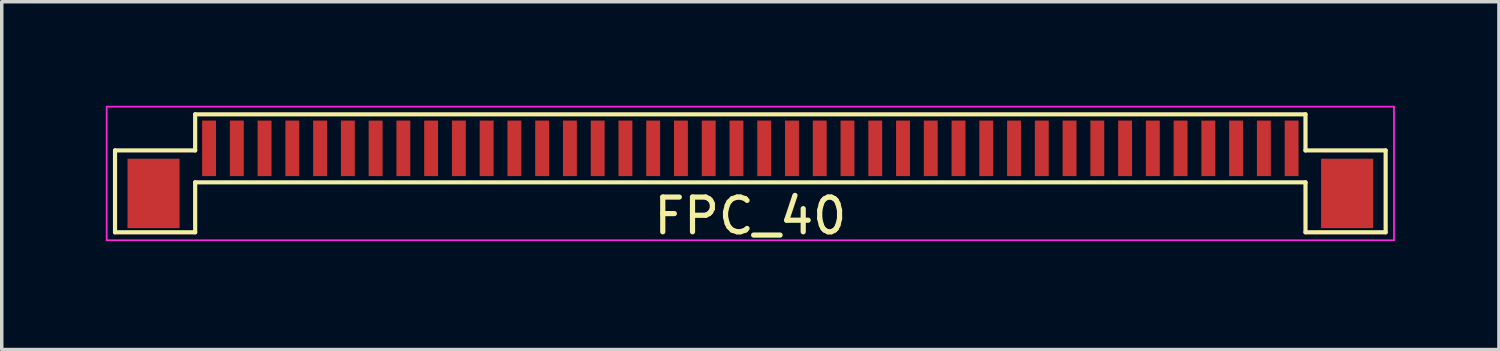
<source format=kicad_pcb>
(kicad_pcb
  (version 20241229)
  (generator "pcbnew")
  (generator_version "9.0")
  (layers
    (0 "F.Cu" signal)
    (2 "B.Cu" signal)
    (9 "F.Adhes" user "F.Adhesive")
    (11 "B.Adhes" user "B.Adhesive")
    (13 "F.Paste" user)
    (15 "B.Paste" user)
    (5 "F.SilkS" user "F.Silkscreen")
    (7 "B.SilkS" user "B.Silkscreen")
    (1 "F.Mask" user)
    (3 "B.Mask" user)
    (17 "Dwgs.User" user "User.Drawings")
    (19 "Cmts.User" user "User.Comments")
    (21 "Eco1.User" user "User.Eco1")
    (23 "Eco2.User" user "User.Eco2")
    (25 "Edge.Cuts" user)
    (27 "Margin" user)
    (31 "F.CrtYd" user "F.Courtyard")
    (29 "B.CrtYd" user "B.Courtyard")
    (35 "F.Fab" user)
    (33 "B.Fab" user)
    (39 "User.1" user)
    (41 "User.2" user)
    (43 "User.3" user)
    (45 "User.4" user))
  (footprint "FPC_40"
    (layer "F.Cu")
    (at 18.575 1.225)
    (property "Reference" "FPC_40" (at 0 1.95 0) (layer "F.SilkS") (effects (font (size 1 1) (thickness 0.15))))
    (attr smd)
    (fp_line (start -18.31 0.06) (end -16 0.06) (stroke (width 0.12) (type solid)) (layer "F.SilkS"))
    (fp_line (start -18.31 2.42) (end -18.31 0.06) (stroke (width 0.12) (type solid)) (layer "F.SilkS"))
    (fp_line (start -16 -0.98) (end 16 -0.98) (stroke (width 0.12) (type solid)) (layer "F.SilkS"))
    (fp_line (start -16 0.06) (end -16 -0.98) (stroke (width 0.12) (type solid)) (layer "F.SilkS"))
    (fp_line (start -16 0.98) (end -16 2.42) (stroke (width 0.12) (type solid)) (layer "F.SilkS"))
    (fp_line (start -16 0.98) (end 16 0.98) (stroke (width 0.12) (type solid)) (layer "F.SilkS"))
    (fp_line (start -16 2.42) (end -18.31 2.42) (stroke (width 0.12) (type solid)) (layer "F.SilkS"))
    (fp_line (start 16 0.06) (end 16 -0.98) (stroke (width 0.12) (type solid)) (layer "F.SilkS"))
    (fp_line (start 16 0.98) (end 16 2.42) (stroke (width 0.12) (type solid)) (layer "F.SilkS"))
    (fp_line (start 16 2.42) (end 18.31 2.42) (stroke (width 0.12) (type solid)) (layer "F.SilkS"))
    (fp_line (start 18.31 0.06) (end 16 0.06) (stroke (width 0.12) (type solid)) (layer "F.SilkS"))
    (fp_line (start 18.31 2.42) (end 18.31 0.06) (stroke (width 0.12) (type solid)) (layer "F.SilkS"))
    (fp_line (start -18.55 -1.2) (end -18.55 2.65) (stroke (width 0.05) (type solid)) (layer "F.CrtYd"))
    (fp_line (start -18.55 -1.2) (end 18.55 -1.2) (stroke (width 0.05) (type solid)) (layer "F.CrtYd"))
    (fp_line (start -18.55 2.65) (end 18.55 2.65) (stroke (width 0.05) (type solid)) (layer "F.CrtYd"))
    (fp_line (start 18.55 -1.2) (end 18.55 2.65) (stroke (width 0.05) (type solid)) (layer "F.CrtYd"))
    (pad "0" smd rect (at -17.2 1.3) (size 1.5 2) (layers "F.Cu" "F.Mask" "F.Paste"))
    (pad "0" smd rect (at 17.2 1.3) (size 1.5 2) (layers "F.Cu" "F.Mask" "F.Paste"))
    (pad "1" smd rect (at -15.6 0) (size 0.4 1.6) (layers "F.Cu" "F.Mask" "F.Paste"))
    (pad "2" smd rect (at -14.8 0) (size 0.4 1.6) (layers "F.Cu" "F.Mask" "F.Paste"))
    (pad "3" smd rect (at -14 0) (size 0.4 1.6) (layers "F.Cu" "F.Mask" "F.Paste"))
    (pad "4" smd rect (at -13.2 0) (size 0.4 1.6) (layers "F.Cu" "F.Mask" "F.Paste"))
    (pad "5" smd rect (at -12.4 0) (size 0.4 1.6) (layers "F.Cu" "F.Mask" "F.Paste"))
    (pad "6" smd rect (at -11.6 0) (size 0.4 1.6) (layers "F.Cu" "F.Mask" "F.Paste"))
    (pad "7" smd rect (at -10.8 0) (size 0.4 1.6) (layers "F.Cu" "F.Mask" "F.Paste"))
    (pad "8" smd rect (at -10 0) (size 0.4 1.6) (layers "F.Cu" "F.Mask" "F.Paste"))
    (pad "9" smd rect (at -9.2 0) (size 0.4 1.6) (layers "F.Cu" "F.Mask" "F.Paste"))
    (pad "10" smd rect (at -8.4 0) (size 0.4 1.6) (layers "F.Cu" "F.Mask" "F.Paste"))
    (pad "11" smd rect (at -7.6 0) (size 0.4 1.6) (layers "F.Cu" "F.Mask" "F.Paste"))
    (pad "12" smd rect (at -6.8 0) (size 0.4 1.6) (layers "F.Cu" "F.Mask" "F.Paste"))
    (pad "13" smd rect (at -6 0) (size 0.4 1.6) (layers "F.Cu" "F.Mask" "F.Paste"))
    (pad "14" smd rect (at -5.2 0) (size 0.4 1.6) (layers "F.Cu" "F.Mask" "F.Paste"))
    (pad "15" smd rect (at -4.4 0) (size 0.4 1.6) (layers "F.Cu" "F.Mask" "F.Paste"))
    (pad "16" smd rect (at -3.6 0) (size 0.4 1.6) (layers "F.Cu" "F.Mask" "F.Paste"))
    (pad "17" smd rect (at -2.8 0) (size 0.4 1.6) (layers "F.Cu" "F.Mask" "F.Paste"))
    (pad "18" smd rect (at -2 0) (size 0.4 1.6) (layers "F.Cu" "F.Mask" "F.Paste"))
    (pad "19" smd rect (at -1.2 0) (size 0.4 1.6) (layers "F.Cu" "F.Mask" "F.Paste"))
    (pad "20" smd rect (at -0.4 0) (size 0.4 1.6) (layers "F.Cu" "F.Mask" "F.Paste"))
    (pad "21" smd rect (at 0.4 0) (size 0.4 1.6) (layers "F.Cu" "F.Mask" "F.Paste"))
    (pad "22" smd rect (at 1.2 0) (size 0.4 1.6) (layers "F.Cu" "F.Mask" "F.Paste"))
    (pad "23" smd rect (at 2 0) (size 0.4 1.6) (layers "F.Cu" "F.Mask" "F.Paste"))
    (pad "24" smd rect (at 2.8 0) (size 0.4 1.6) (layers "F.Cu" "F.Mask" "F.Paste"))
    (pad "25" smd rect (at 3.6 0) (size 0.4 1.6) (layers "F.Cu" "F.Mask" "F.Paste"))
    (pad "26" smd rect (at 4.4 0) (size 0.4 1.6) (layers "F.Cu" "F.Mask" "F.Paste"))
    (pad "27" smd rect (at 5.2 0) (size 0.4 1.6) (layers "F.Cu" "F.Mask" "F.Paste"))
    (pad "28" smd rect (at 6 0) (size 0.4 1.6) (layers "F.Cu" "F.Mask" "F.Paste"))
    (pad "29" smd rect (at 6.8 0) (size 0.4 1.6) (layers "F.Cu" "F.Mask" "F.Paste"))
    (pad "30" smd rect (at 7.6 0) (size 0.4 1.6) (layers "F.Cu" "F.Mask" "F.Paste"))
    (pad "31" smd rect (at 8.4 0) (size 0.4 1.6) (layers "F.Cu" "F.Mask" "F.Paste"))
    (pad "32" smd rect (at 9.2 0) (size 0.4 1.6) (layers "F.Cu" "F.Mask" "F.Paste"))
    (pad "33" smd rect (at 10 0) (size 0.4 1.6) (layers "F.Cu" "F.Mask" "F.Paste"))
    (pad "34" smd rect (at 10.8 0) (size 0.4 1.6) (layers "F.Cu" "F.Mask" "F.Paste"))
    (pad "35" smd rect (at 11.6 0) (size 0.4 1.6) (layers "F.Cu" "F.Mask" "F.Paste"))
    (pad "36" smd rect (at 12.4 0) (size 0.4 1.6) (layers "F.Cu" "F.Mask" "F.Paste"))
    (pad "37" smd rect (at 13.2 0) (size 0.4 1.6) (layers "F.Cu" "F.Mask" "F.Paste"))
    (pad "38" smd rect (at 14 0) (size 0.4 1.6) (layers "F.Cu" "F.Mask" "F.Paste"))
    (pad "39" smd rect (at 14.8 0) (size 0.4 1.6) (layers "F.Cu" "F.Mask" "F.Paste"))
    (pad "40" smd rect (at 15.6 0) (size 0.4 1.6) (layers "F.Cu" "F.Mask" "F.Paste")))
  (gr_rect
    (start -3 -3)
    (end 40.15 7.023)
    (stroke (width 0.1) (type default))
    (fill no)
    (layer "Edge.Cuts")))
</source>
